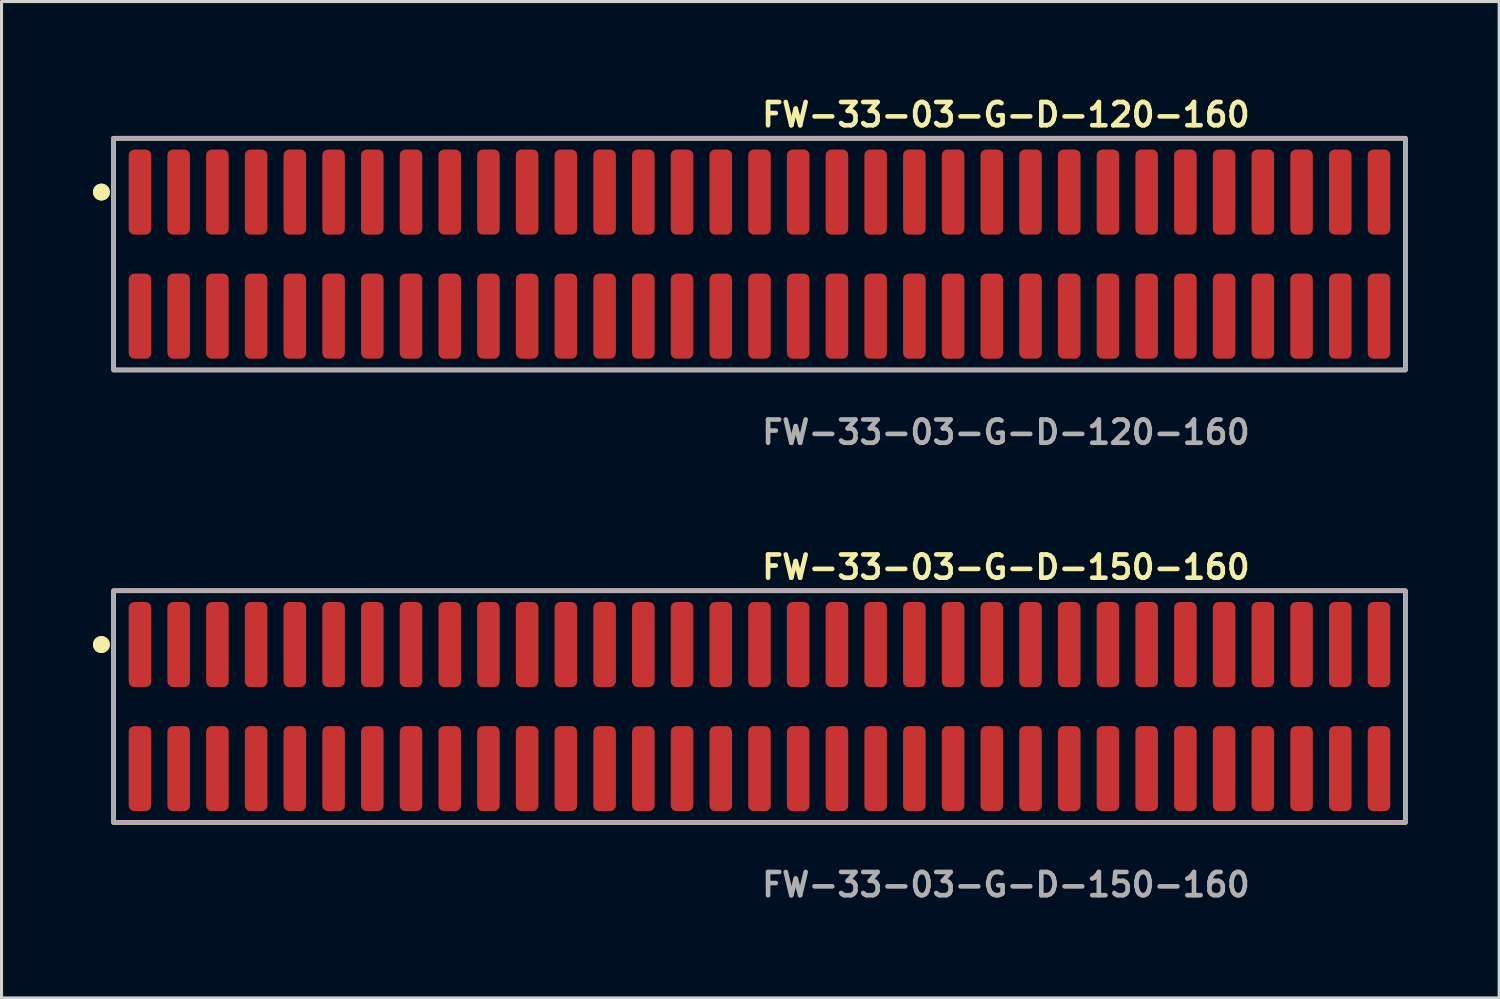
<source format=kicad_pcb>
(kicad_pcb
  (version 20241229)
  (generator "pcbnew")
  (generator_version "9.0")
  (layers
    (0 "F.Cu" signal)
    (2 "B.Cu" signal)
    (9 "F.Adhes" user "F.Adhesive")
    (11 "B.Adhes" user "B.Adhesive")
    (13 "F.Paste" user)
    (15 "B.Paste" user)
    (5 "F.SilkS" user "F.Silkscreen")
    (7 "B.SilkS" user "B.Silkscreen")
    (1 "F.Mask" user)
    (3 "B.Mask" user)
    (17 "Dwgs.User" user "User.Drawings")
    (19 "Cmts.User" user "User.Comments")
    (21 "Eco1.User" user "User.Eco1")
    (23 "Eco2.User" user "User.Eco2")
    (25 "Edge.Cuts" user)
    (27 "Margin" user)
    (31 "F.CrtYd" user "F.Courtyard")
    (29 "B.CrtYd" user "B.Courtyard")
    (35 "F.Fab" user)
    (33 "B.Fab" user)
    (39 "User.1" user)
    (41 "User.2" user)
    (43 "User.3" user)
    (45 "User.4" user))
  (footprint "FW-33-03-G-D-120-160"
    (layer "F.Cu")
    (at 21.861 5.285)
    (property "Reference" "FW-33-03-G-D-120-160" (at 0 -4.572 0) (unlocked yes) (layer "F.SilkS") (effects (font (size 0.762 0.762) (thickness 0.152)) (justify left)))
    (fp_rect (start -21.185 3.8) (end 21.185 -3.8) (stroke (width 0.152) (type solid)) (fill no) (layer "F.SilkS"))
    (fp_circle (center -21.585 -2.035) (end -21.785 -2.035) (stroke (width 0.152) (type solid)) (fill yes) (layer "F.SilkS"))
    (fp_circle (center -21.585 -2.035) (end -21.785 -2.035) (stroke (width 0.152) (type solid)) (fill yes) (layer "F.SilkS"))
    (fp_rect (start -21.185 3.8) (end 21.185 -3.8) (stroke (width 0.006) (type solid)) (fill no) (layer "F.CrtYd"))
    (fp_rect (start -21.185 3.8) (end 21.185 -3.8) (stroke (width 0.152) (type solid)) (fill no) (layer "F.Fab"))
    (fp_text user "${REFERENCE}" (at 0 5.842 0) (unlocked yes) (layer "F.Fab") (effects (font (size 0.762 0.762) (thickness 0.152)) (justify left)))
    (pad "1" smd roundrect (at -20.32 -2.035) (size 0.74 2.79) (layers "F.Cu" "F.Paste") (roundrect_rratio 0.25))
    (pad "2" smd roundrect (at -20.32 2.035) (size 0.74 2.79) (layers "F.Cu" "F.Paste") (roundrect_rratio 0.25))
    (pad "3" smd roundrect (at -19.05 -2.035) (size 0.74 2.79) (layers "F.Cu" "F.Paste") (roundrect_rratio 0.25))
    (pad "4" smd roundrect (at -19.05 2.035) (size 0.74 2.79) (layers "F.Cu" "F.Paste") (roundrect_rratio 0.25))
    (pad "5" smd roundrect (at -17.78 -2.035) (size 0.74 2.79) (layers "F.Cu" "F.Paste") (roundrect_rratio 0.25))
    (pad "6" smd roundrect (at -17.78 2.035) (size 0.74 2.79) (layers "F.Cu" "F.Paste") (roundrect_rratio 0.25))
    (pad "7" smd roundrect (at -16.51 -2.035) (size 0.74 2.79) (layers "F.Cu" "F.Paste") (roundrect_rratio 0.25))
    (pad "8" smd roundrect (at -16.51 2.035) (size 0.74 2.79) (layers "F.Cu" "F.Paste") (roundrect_rratio 0.25))
    (pad "9" smd roundrect (at -15.24 -2.035) (size 0.74 2.79) (layers "F.Cu" "F.Paste") (roundrect_rratio 0.25))
    (pad "10" smd roundrect (at -15.24 2.035) (size 0.74 2.79) (layers "F.Cu" "F.Paste") (roundrect_rratio 0.25))
    (pad "11" smd roundrect (at -13.97 -2.035) (size 0.74 2.79) (layers "F.Cu" "F.Paste") (roundrect_rratio 0.25))
    (pad "12" smd roundrect (at -13.97 2.035) (size 0.74 2.79) (layers "F.Cu" "F.Paste") (roundrect_rratio 0.25))
    (pad "13" smd roundrect (at -12.7 -2.035) (size 0.74 2.79) (layers "F.Cu" "F.Paste") (roundrect_rratio 0.25))
    (pad "14" smd roundrect (at -12.7 2.035) (size 0.74 2.79) (layers "F.Cu" "F.Paste") (roundrect_rratio 0.25))
    (pad "15" smd roundrect (at -11.43 -2.035) (size 0.74 2.79) (layers "F.Cu" "F.Paste") (roundrect_rratio 0.25))
    (pad "16" smd roundrect (at -11.43 2.035) (size 0.74 2.79) (layers "F.Cu" "F.Paste") (roundrect_rratio 0.25))
    (pad "17" smd roundrect (at -10.16 -2.035) (size 0.74 2.79) (layers "F.Cu" "F.Paste") (roundrect_rratio 0.25))
    (pad "18" smd roundrect (at -10.16 2.035) (size 0.74 2.79) (layers "F.Cu" "F.Paste") (roundrect_rratio 0.25))
    (pad "19" smd roundrect (at -8.89 -2.035) (size 0.74 2.79) (layers "F.Cu" "F.Paste") (roundrect_rratio 0.25))
    (pad "20" smd roundrect (at -8.89 2.035) (size 0.74 2.79) (layers "F.Cu" "F.Paste") (roundrect_rratio 0.25))
    (pad "21" smd roundrect (at -7.62 -2.035) (size 0.74 2.79) (layers "F.Cu" "F.Paste") (roundrect_rratio 0.25))
    (pad "22" smd roundrect (at -7.62 2.035) (size 0.74 2.79) (layers "F.Cu" "F.Paste") (roundrect_rratio 0.25))
    (pad "23" smd roundrect (at -6.35 -2.035) (size 0.74 2.79) (layers "F.Cu" "F.Paste") (roundrect_rratio 0.25))
    (pad "24" smd roundrect (at -6.35 2.035) (size 0.74 2.79) (layers "F.Cu" "F.Paste") (roundrect_rratio 0.25))
    (pad "25" smd roundrect (at -5.08 -2.035) (size 0.74 2.79) (layers "F.Cu" "F.Paste") (roundrect_rratio 0.25))
    (pad "26" smd roundrect (at -5.08 2.035) (size 0.74 2.79) (layers "F.Cu" "F.Paste") (roundrect_rratio 0.25))
    (pad "27" smd roundrect (at -3.81 -2.035) (size 0.74 2.79) (layers "F.Cu" "F.Paste") (roundrect_rratio 0.25))
    (pad "28" smd roundrect (at -3.81 2.035) (size 0.74 2.79) (layers "F.Cu" "F.Paste") (roundrect_rratio 0.25))
    (pad "29" smd roundrect (at -2.54 -2.035) (size 0.74 2.79) (layers "F.Cu" "F.Paste") (roundrect_rratio 0.25))
    (pad "30" smd roundrect (at -2.54 2.035) (size 0.74 2.79) (layers "F.Cu" "F.Paste") (roundrect_rratio 0.25))
    (pad "31" smd roundrect (at -1.27 -2.035) (size 0.74 2.79) (layers "F.Cu" "F.Paste") (roundrect_rratio 0.25))
    (pad "32" smd roundrect (at -1.27 2.035) (size 0.74 2.79) (layers "F.Cu" "F.Paste") (roundrect_rratio 0.25))
    (pad "33" smd roundrect (at 0 -2.035) (size 0.74 2.79) (layers "F.Cu" "F.Paste") (roundrect_rratio 0.25))
    (pad "34" smd roundrect (at 0 2.035) (size 0.74 2.79) (layers "F.Cu" "F.Paste") (roundrect_rratio 0.25))
    (pad "35" smd roundrect (at 1.27 -2.035) (size 0.74 2.79) (layers "F.Cu" "F.Paste") (roundrect_rratio 0.25))
    (pad "36" smd roundrect (at 1.27 2.035) (size 0.74 2.79) (layers "F.Cu" "F.Paste") (roundrect_rratio 0.25))
    (pad "37" smd roundrect (at 2.54 -2.035) (size 0.74 2.79) (layers "F.Cu" "F.Paste") (roundrect_rratio 0.25))
    (pad "38" smd roundrect (at 2.54 2.035) (size 0.74 2.79) (layers "F.Cu" "F.Paste") (roundrect_rratio 0.25))
    (pad "39" smd roundrect (at 3.81 -2.035) (size 0.74 2.79) (layers "F.Cu" "F.Paste") (roundrect_rratio 0.25))
    (pad "40" smd roundrect (at 3.81 2.035) (size 0.74 2.79) (layers "F.Cu" "F.Paste") (roundrect_rratio 0.25))
    (pad "41" smd roundrect (at 5.08 -2.035) (size 0.74 2.79) (layers "F.Cu" "F.Paste") (roundrect_rratio 0.25))
    (pad "42" smd roundrect (at 5.08 2.035) (size 0.74 2.79) (layers "F.Cu" "F.Paste") (roundrect_rratio 0.25))
    (pad "43" smd roundrect (at 6.35 -2.035) (size 0.74 2.79) (layers "F.Cu" "F.Paste") (roundrect_rratio 0.25))
    (pad "44" smd roundrect (at 6.35 2.035) (size 0.74 2.79) (layers "F.Cu" "F.Paste") (roundrect_rratio 0.25))
    (pad "45" smd roundrect (at 7.62 -2.035) (size 0.74 2.79) (layers "F.Cu" "F.Paste") (roundrect_rratio 0.25))
    (pad "46" smd roundrect (at 7.62 2.035) (size 0.74 2.79) (layers "F.Cu" "F.Paste") (roundrect_rratio 0.25))
    (pad "47" smd roundrect (at 8.89 -2.035) (size 0.74 2.79) (layers "F.Cu" "F.Paste") (roundrect_rratio 0.25))
    (pad "48" smd roundrect (at 8.89 2.035) (size 0.74 2.79) (layers "F.Cu" "F.Paste") (roundrect_rratio 0.25))
    (pad "49" smd roundrect (at 10.16 -2.035) (size 0.74 2.79) (layers "F.Cu" "F.Paste") (roundrect_rratio 0.25))
    (pad "50" smd roundrect (at 10.16 2.035) (size 0.74 2.79) (layers "F.Cu" "F.Paste") (roundrect_rratio 0.25))
    (pad "51" smd roundrect (at 11.43 -2.035) (size 0.74 2.79) (layers "F.Cu" "F.Paste") (roundrect_rratio 0.25))
    (pad "52" smd roundrect (at 11.43 2.035) (size 0.74 2.79) (layers "F.Cu" "F.Paste") (roundrect_rratio 0.25))
    (pad "53" smd roundrect (at 12.7 -2.035) (size 0.74 2.79) (layers "F.Cu" "F.Paste") (roundrect_rratio 0.25))
    (pad "54" smd roundrect (at 12.7 2.035) (size 0.74 2.79) (layers "F.Cu" "F.Paste") (roundrect_rratio 0.25))
    (pad "55" smd roundrect (at 13.97 -2.035) (size 0.74 2.79) (layers "F.Cu" "F.Paste") (roundrect_rratio 0.25))
    (pad "56" smd roundrect (at 13.97 2.035) (size 0.74 2.79) (layers "F.Cu" "F.Paste") (roundrect_rratio 0.25))
    (pad "57" smd roundrect (at 15.24 -2.035) (size 0.74 2.79) (layers "F.Cu" "F.Paste") (roundrect_rratio 0.25))
    (pad "58" smd roundrect (at 15.24 2.035) (size 0.74 2.79) (layers "F.Cu" "F.Paste") (roundrect_rratio 0.25))
    (pad "59" smd roundrect (at 16.51 -2.035) (size 0.74 2.79) (layers "F.Cu" "F.Paste") (roundrect_rratio 0.25))
    (pad "60" smd roundrect (at 16.51 2.035) (size 0.74 2.79) (layers "F.Cu" "F.Paste") (roundrect_rratio 0.25))
    (pad "61" smd roundrect (at 17.78 -2.035) (size 0.74 2.79) (layers "F.Cu" "F.Paste") (roundrect_rratio 0.25))
    (pad "62" smd roundrect (at 17.78 2.035) (size 0.74 2.79) (layers "F.Cu" "F.Paste") (roundrect_rratio 0.25))
    (pad "63" smd roundrect (at 19.05 -2.035) (size 0.74 2.79) (layers "F.Cu" "F.Paste") (roundrect_rratio 0.25))
    (pad "64" smd roundrect (at 19.05 2.035) (size 0.74 2.79) (layers "F.Cu" "F.Paste") (roundrect_rratio 0.25))
    (pad "65" smd roundrect (at 20.32 -2.035) (size 0.74 2.79) (layers "F.Cu" "F.Paste") (roundrect_rratio 0.25))
    (pad "66" smd roundrect (at 20.32 2.035) (size 0.74 2.79) (layers "F.Cu" "F.Paste") (roundrect_rratio 0.25)))
  (footprint "FW-33-03-G-D-150-160"
    (layer "F.Cu")
    (at 21.861 20.126)
    (property "Reference" "FW-33-03-G-D-150-160" (at 0 -4.572 0) (unlocked yes) (layer "F.SilkS") (effects (font (size 0.762 0.762) (thickness 0.152)) (justify left)))
    (fp_rect (start -21.185 3.8) (end 21.185 -3.8) (stroke (width 0.152) (type solid)) (fill no) (layer "F.SilkS"))
    (fp_circle (center -21.585 -2.035) (end -21.785 -2.035) (stroke (width 0.152) (type solid)) (fill yes) (layer "F.SilkS"))
    (fp_circle (center -21.585 -2.035) (end -21.785 -2.035) (stroke (width 0.152) (type solid)) (fill yes) (layer "F.SilkS"))
    (fp_rect (start -21.185 3.8) (end 21.185 -3.8) (stroke (width 0.006) (type solid)) (fill no) (layer "F.CrtYd"))
    (fp_rect (start -21.185 3.8) (end 21.185 -3.8) (stroke (width 0.152) (type solid)) (fill no) (layer "F.Fab"))
    (fp_text user "${REFERENCE}" (at 0 5.842 0) (unlocked yes) (layer "F.Fab") (effects (font (size 0.762 0.762) (thickness 0.152)) (justify left)))
    (pad "1" smd roundrect (at -20.32 -2.035) (size 0.74 2.79) (layers "F.Cu" "F.Paste") (roundrect_rratio 0.25))
    (pad "2" smd roundrect (at -20.32 2.035) (size 0.74 2.79) (layers "F.Cu" "F.Paste") (roundrect_rratio 0.25))
    (pad "3" smd roundrect (at -19.05 -2.035) (size 0.74 2.79) (layers "F.Cu" "F.Paste") (roundrect_rratio 0.25))
    (pad "4" smd roundrect (at -19.05 2.035) (size 0.74 2.79) (layers "F.Cu" "F.Paste") (roundrect_rratio 0.25))
    (pad "5" smd roundrect (at -17.78 -2.035) (size 0.74 2.79) (layers "F.Cu" "F.Paste") (roundrect_rratio 0.25))
    (pad "6" smd roundrect (at -17.78 2.035) (size 0.74 2.79) (layers "F.Cu" "F.Paste") (roundrect_rratio 0.25))
    (pad "7" smd roundrect (at -16.51 -2.035) (size 0.74 2.79) (layers "F.Cu" "F.Paste") (roundrect_rratio 0.25))
    (pad "8" smd roundrect (at -16.51 2.035) (size 0.74 2.79) (layers "F.Cu" "F.Paste") (roundrect_rratio 0.25))
    (pad "9" smd roundrect (at -15.24 -2.035) (size 0.74 2.79) (layers "F.Cu" "F.Paste") (roundrect_rratio 0.25))
    (pad "10" smd roundrect (at -15.24 2.035) (size 0.74 2.79) (layers "F.Cu" "F.Paste") (roundrect_rratio 0.25))
    (pad "11" smd roundrect (at -13.97 -2.035) (size 0.74 2.79) (layers "F.Cu" "F.Paste") (roundrect_rratio 0.25))
    (pad "12" smd roundrect (at -13.97 2.035) (size 0.74 2.79) (layers "F.Cu" "F.Paste") (roundrect_rratio 0.25))
    (pad "13" smd roundrect (at -12.7 -2.035) (size 0.74 2.79) (layers "F.Cu" "F.Paste") (roundrect_rratio 0.25))
    (pad "14" smd roundrect (at -12.7 2.035) (size 0.74 2.79) (layers "F.Cu" "F.Paste") (roundrect_rratio 0.25))
    (pad "15" smd roundrect (at -11.43 -2.035) (size 0.74 2.79) (layers "F.Cu" "F.Paste") (roundrect_rratio 0.25))
    (pad "16" smd roundrect (at -11.43 2.035) (size 0.74 2.79) (layers "F.Cu" "F.Paste") (roundrect_rratio 0.25))
    (pad "17" smd roundrect (at -10.16 -2.035) (size 0.74 2.79) (layers "F.Cu" "F.Paste") (roundrect_rratio 0.25))
    (pad "18" smd roundrect (at -10.16 2.035) (size 0.74 2.79) (layers "F.Cu" "F.Paste") (roundrect_rratio 0.25))
    (pad "19" smd roundrect (at -8.89 -2.035) (size 0.74 2.79) (layers "F.Cu" "F.Paste") (roundrect_rratio 0.25))
    (pad "20" smd roundrect (at -8.89 2.035) (size 0.74 2.79) (layers "F.Cu" "F.Paste") (roundrect_rratio 0.25))
    (pad "21" smd roundrect (at -7.62 -2.035) (size 0.74 2.79) (layers "F.Cu" "F.Paste") (roundrect_rratio 0.25))
    (pad "22" smd roundrect (at -7.62 2.035) (size 0.74 2.79) (layers "F.Cu" "F.Paste") (roundrect_rratio 0.25))
    (pad "23" smd roundrect (at -6.35 -2.035) (size 0.74 2.79) (layers "F.Cu" "F.Paste") (roundrect_rratio 0.25))
    (pad "24" smd roundrect (at -6.35 2.035) (size 0.74 2.79) (layers "F.Cu" "F.Paste") (roundrect_rratio 0.25))
    (pad "25" smd roundrect (at -5.08 -2.035) (size 0.74 2.79) (layers "F.Cu" "F.Paste") (roundrect_rratio 0.25))
    (pad "26" smd roundrect (at -5.08 2.035) (size 0.74 2.79) (layers "F.Cu" "F.Paste") (roundrect_rratio 0.25))
    (pad "27" smd roundrect (at -3.81 -2.035) (size 0.74 2.79) (layers "F.Cu" "F.Paste") (roundrect_rratio 0.25))
    (pad "28" smd roundrect (at -3.81 2.035) (size 0.74 2.79) (layers "F.Cu" "F.Paste") (roundrect_rratio 0.25))
    (pad "29" smd roundrect (at -2.54 -2.035) (size 0.74 2.79) (layers "F.Cu" "F.Paste") (roundrect_rratio 0.25))
    (pad "30" smd roundrect (at -2.54 2.035) (size 0.74 2.79) (layers "F.Cu" "F.Paste") (roundrect_rratio 0.25))
    (pad "31" smd roundrect (at -1.27 -2.035) (size 0.74 2.79) (layers "F.Cu" "F.Paste") (roundrect_rratio 0.25))
    (pad "32" smd roundrect (at -1.27 2.035) (size 0.74 2.79) (layers "F.Cu" "F.Paste") (roundrect_rratio 0.25))
    (pad "33" smd roundrect (at 0 -2.035) (size 0.74 2.79) (layers "F.Cu" "F.Paste") (roundrect_rratio 0.25))
    (pad "34" smd roundrect (at 0 2.035) (size 0.74 2.79) (layers "F.Cu" "F.Paste") (roundrect_rratio 0.25))
    (pad "35" smd roundrect (at 1.27 -2.035) (size 0.74 2.79) (layers "F.Cu" "F.Paste") (roundrect_rratio 0.25))
    (pad "36" smd roundrect (at 1.27 2.035) (size 0.74 2.79) (layers "F.Cu" "F.Paste") (roundrect_rratio 0.25))
    (pad "37" smd roundrect (at 2.54 -2.035) (size 0.74 2.79) (layers "F.Cu" "F.Paste") (roundrect_rratio 0.25))
    (pad "38" smd roundrect (at 2.54 2.035) (size 0.74 2.79) (layers "F.Cu" "F.Paste") (roundrect_rratio 0.25))
    (pad "39" smd roundrect (at 3.81 -2.035) (size 0.74 2.79) (layers "F.Cu" "F.Paste") (roundrect_rratio 0.25))
    (pad "40" smd roundrect (at 3.81 2.035) (size 0.74 2.79) (layers "F.Cu" "F.Paste") (roundrect_rratio 0.25))
    (pad "41" smd roundrect (at 5.08 -2.035) (size 0.74 2.79) (layers "F.Cu" "F.Paste") (roundrect_rratio 0.25))
    (pad "42" smd roundrect (at 5.08 2.035) (size 0.74 2.79) (layers "F.Cu" "F.Paste") (roundrect_rratio 0.25))
    (pad "43" smd roundrect (at 6.35 -2.035) (size 0.74 2.79) (layers "F.Cu" "F.Paste") (roundrect_rratio 0.25))
    (pad "44" smd roundrect (at 6.35 2.035) (size 0.74 2.79) (layers "F.Cu" "F.Paste") (roundrect_rratio 0.25))
    (pad "45" smd roundrect (at 7.62 -2.035) (size 0.74 2.79) (layers "F.Cu" "F.Paste") (roundrect_rratio 0.25))
    (pad "46" smd roundrect (at 7.62 2.035) (size 0.74 2.79) (layers "F.Cu" "F.Paste") (roundrect_rratio 0.25))
    (pad "47" smd roundrect (at 8.89 -2.035) (size 0.74 2.79) (layers "F.Cu" "F.Paste") (roundrect_rratio 0.25))
    (pad "48" smd roundrect (at 8.89 2.035) (size 0.74 2.79) (layers "F.Cu" "F.Paste") (roundrect_rratio 0.25))
    (pad "49" smd roundrect (at 10.16 -2.035) (size 0.74 2.79) (layers "F.Cu" "F.Paste") (roundrect_rratio 0.25))
    (pad "50" smd roundrect (at 10.16 2.035) (size 0.74 2.79) (layers "F.Cu" "F.Paste") (roundrect_rratio 0.25))
    (pad "51" smd roundrect (at 11.43 -2.035) (size 0.74 2.79) (layers "F.Cu" "F.Paste") (roundrect_rratio 0.25))
    (pad "52" smd roundrect (at 11.43 2.035) (size 0.74 2.79) (layers "F.Cu" "F.Paste") (roundrect_rratio 0.25))
    (pad "53" smd roundrect (at 12.7 -2.035) (size 0.74 2.79) (layers "F.Cu" "F.Paste") (roundrect_rratio 0.25))
    (pad "54" smd roundrect (at 12.7 2.035) (size 0.74 2.79) (layers "F.Cu" "F.Paste") (roundrect_rratio 0.25))
    (pad "55" smd roundrect (at 13.97 -2.035) (size 0.74 2.79) (layers "F.Cu" "F.Paste") (roundrect_rratio 0.25))
    (pad "56" smd roundrect (at 13.97 2.035) (size 0.74 2.79) (layers "F.Cu" "F.Paste") (roundrect_rratio 0.25))
    (pad "57" smd roundrect (at 15.24 -2.035) (size 0.74 2.79) (layers "F.Cu" "F.Paste") (roundrect_rratio 0.25))
    (pad "58" smd roundrect (at 15.24 2.035) (size 0.74 2.79) (layers "F.Cu" "F.Paste") (roundrect_rratio 0.25))
    (pad "59" smd roundrect (at 16.51 -2.035) (size 0.74 2.79) (layers "F.Cu" "F.Paste") (roundrect_rratio 0.25))
    (pad "60" smd roundrect (at 16.51 2.035) (size 0.74 2.79) (layers "F.Cu" "F.Paste") (roundrect_rratio 0.25))
    (pad "61" smd roundrect (at 17.78 -2.035) (size 0.74 2.79) (layers "F.Cu" "F.Paste") (roundrect_rratio 0.25))
    (pad "62" smd roundrect (at 17.78 2.035) (size 0.74 2.79) (layers "F.Cu" "F.Paste") (roundrect_rratio 0.25))
    (pad "63" smd roundrect (at 19.05 -2.035) (size 0.74 2.79) (layers "F.Cu" "F.Paste") (roundrect_rratio 0.25))
    (pad "64" smd roundrect (at 19.05 2.035) (size 0.74 2.79) (layers "F.Cu" "F.Paste") (roundrect_rratio 0.25))
    (pad "65" smd roundrect (at 20.32 -2.035) (size 0.74 2.79) (layers "F.Cu" "F.Paste") (roundrect_rratio 0.25))
    (pad "66" smd roundrect (at 20.32 2.035) (size 0.74 2.79) (layers "F.Cu" "F.Paste") (roundrect_rratio 0.25)))
  (gr_rect
    (start -3 -3)
    (end 46.122 29.681)
    (stroke (width 0.1) (type default))
    (fill no)
    (layer "Edge.Cuts")))
</source>
